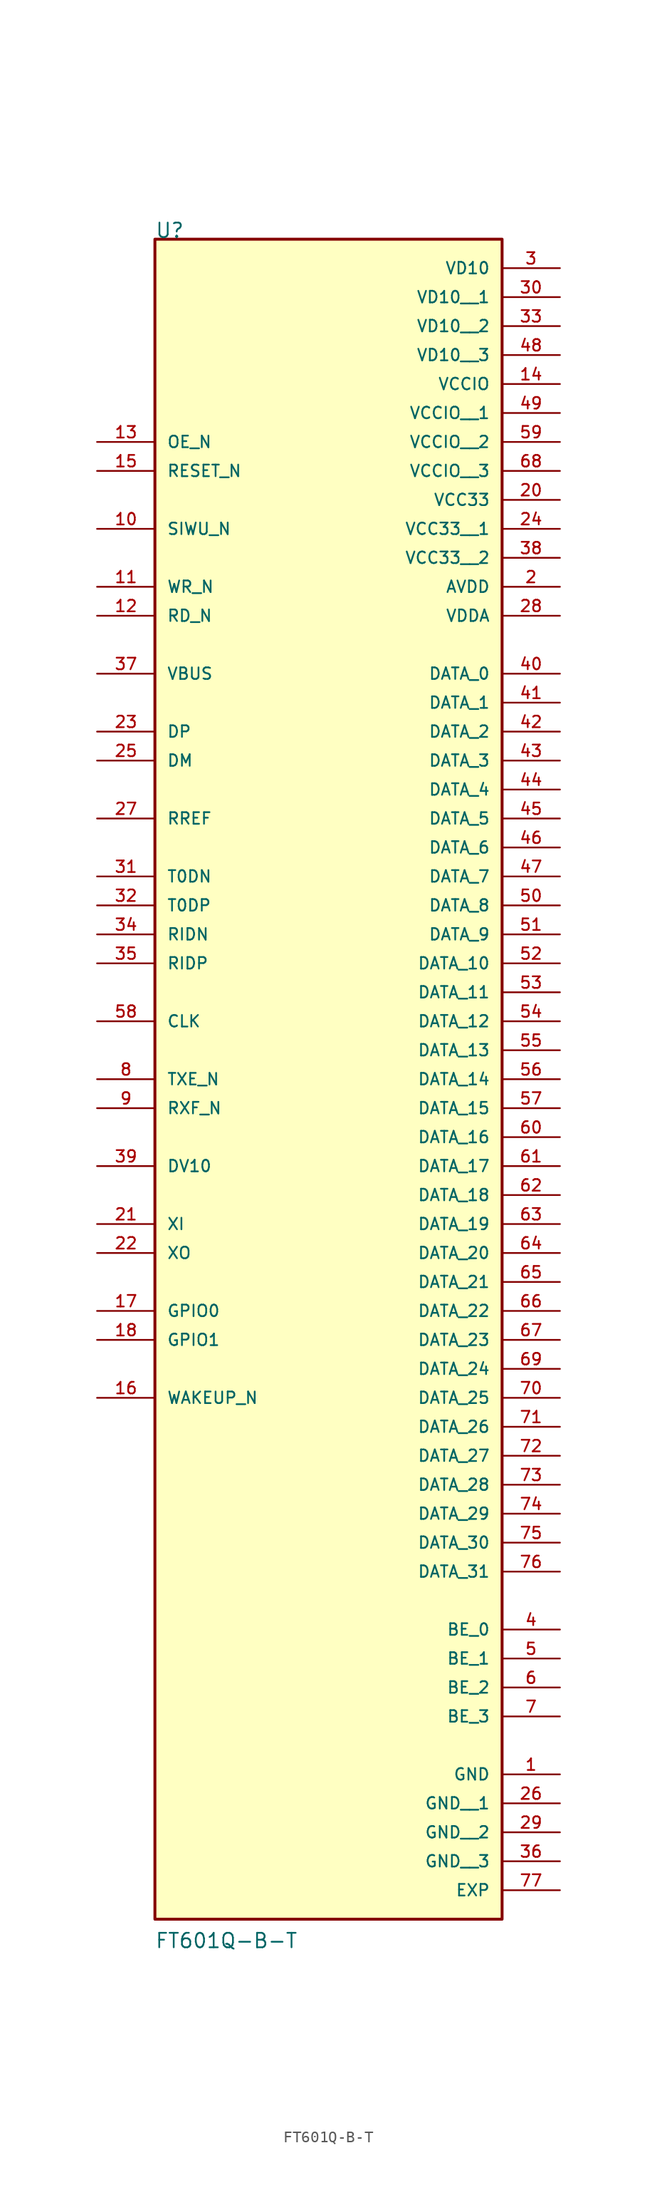
<source format=kicad_sym>
(kicad_symbol_lib
  (version 20220914)
  (generator kicad_symbol_editor)
  (symbol "FT601Q-B-T"
    (pin_names
      (offset 1.016))
    (property "Reference" "U"
      (at -15.246 60.983 0)
      (effects (font (size 1.27 1.27)) (justify left bottom)))
    (property "Value" "FT601Q-B-T"
      (at -15.262 -88.986 0)
      (effects (font (size 1.27 1.27)) (justify left bottom)))
    (symbol "FT601Q-B-T_0_0"
      (rectangle (start -15.24 -86.36) (end 15.24 60.96) (stroke (width 0.254) (type default)) (fill (type background)))
      (pin power_in line (at 20.32 -73.66 180) (length 5.08) (name "GND" (effects (font (size 1.016 1.016)))) (number "1" (effects (font (size 1.016 1.016)))))
      (pin input line (at -20.32 35.56 0) (length 5.08) (name "SIWU_N" (effects (font (size 1.016 1.016)))) (number "10" (effects (font (size 1.016 1.016)))))
      (pin input line (at -20.32 30.48 0) (length 5.08) (name "WR_N" (effects (font (size 1.016 1.016)))) (number "11" (effects (font (size 1.016 1.016)))))
      (pin input line (at -20.32 27.94 0) (length 5.08) (name "RD_N" (effects (font (size 1.016 1.016)))) (number "12" (effects (font (size 1.016 1.016)))))
      (pin input line (at -20.32 43.18 0) (length 5.08) (name "OE_N" (effects (font (size 1.016 1.016)))) (number "13" (effects (font (size 1.016 1.016)))))
      (pin power_in line (at 20.32 48.26 180) (length 5.08) (name "VCCIO" (effects (font (size 1.016 1.016)))) (number "14" (effects (font (size 1.016 1.016)))))
      (pin input line (at -20.32 40.64 0) (length 5.08) (name "RESET_N" (effects (font (size 1.016 1.016)))) (number "15" (effects (font (size 1.016 1.016)))))
      (pin bidirectional line (at -20.32 -40.64 0) (length 5.08) (name "WAKEUP_N" (effects (font (size 1.016 1.016)))) (number "16" (effects (font (size 1.016 1.016)))))
      (pin bidirectional line (at -20.32 -33.02 0) (length 5.08) (name "GPIO0" (effects (font (size 1.016 1.016)))) (number "17" (effects (font (size 1.016 1.016)))))
      (pin bidirectional line (at -20.32 -35.56 0) (length 5.08) (name "GPIO1" (effects (font (size 1.016 1.016)))) (number "18" (effects (font (size 1.016 1.016)))))
      (pin power_in line (at 20.32 30.48 180) (length 5.08) (name "AVDD" (effects (font (size 1.016 1.016)))) (number "2" (effects (font (size 1.016 1.016)))))
      (pin power_in line (at 20.32 38.1 180) (length 5.08) (name "VCC33" (effects (font (size 1.016 1.016)))) (number "20" (effects (font (size 1.016 1.016)))))
      (pin input line (at -20.32 -25.4 0) (length 5.08) (name "XI" (effects (font (size 1.016 1.016)))) (number "21" (effects (font (size 1.016 1.016)))))
      (pin output line (at -20.32 -27.94 0) (length 5.08) (name "XO" (effects (font (size 1.016 1.016)))) (number "22" (effects (font (size 1.016 1.016)))))
      (pin bidirectional line (at -20.32 17.78 0) (length 5.08) (name "DP" (effects (font (size 1.016 1.016)))) (number "23" (effects (font (size 1.016 1.016)))))
      (pin power_in line (at 20.32 35.56 180) (length 5.08) (name "VCC33__1" (effects (font (size 1.016 1.016)))) (number "24" (effects (font (size 1.016 1.016)))))
      (pin bidirectional line (at -20.32 15.24 0) (length 5.08) (name "DM" (effects (font (size 1.016 1.016)))) (number "25" (effects (font (size 1.016 1.016)))))
      (pin power_in line (at 20.32 -76.2 180) (length 5.08) (name "GND__1" (effects (font (size 1.016 1.016)))) (number "26" (effects (font (size 1.016 1.016)))))
      (pin input line (at -20.32 10.16 0) (length 5.08) (name "RREF" (effects (font (size 1.016 1.016)))) (number "27" (effects (font (size 1.016 1.016)))))
      (pin power_in line (at 20.32 27.94 180) (length 5.08) (name "VDDA" (effects (font (size 1.016 1.016)))) (number "28" (effects (font (size 1.016 1.016)))))
      (pin power_in line (at 20.32 -78.74 180) (length 5.08) (name "GND__2" (effects (font (size 1.016 1.016)))) (number "29" (effects (font (size 1.016 1.016)))))
      (pin power_in line (at 20.32 58.42 180) (length 5.08) (name "VD10" (effects (font (size 1.016 1.016)))) (number "3" (effects (font (size 1.016 1.016)))))
      (pin power_in line (at 20.32 55.88 180) (length 5.08) (name "VD10__1" (effects (font (size 1.016 1.016)))) (number "30" (effects (font (size 1.016 1.016)))))
      (pin output line (at -20.32 5.08 0) (length 5.08) (name "T0DN" (effects (font (size 1.016 1.016)))) (number "31" (effects (font (size 1.016 1.016)))))
      (pin output line (at -20.32 2.54 0) (length 5.08) (name "T0DP" (effects (font (size 1.016 1.016)))) (number "32" (effects (font (size 1.016 1.016)))))
      (pin power_in line (at 20.32 53.34 180) (length 5.08) (name "VD10__2" (effects (font (size 1.016 1.016)))) (number "33" (effects (font (size 1.016 1.016)))))
      (pin input line (at -20.32 0 0) (length 5.08) (name "RIDN" (effects (font (size 1.016 1.016)))) (number "34" (effects (font (size 1.016 1.016)))))
      (pin input line (at -20.32 -2.54 0) (length 5.08) (name "RIDP" (effects (font (size 1.016 1.016)))) (number "35" (effects (font (size 1.016 1.016)))))
      (pin power_in line (at 20.32 -81.28 180) (length 5.08) (name "GND__3" (effects (font (size 1.016 1.016)))) (number "36" (effects (font (size 1.016 1.016)))))
      (pin input line (at -20.32 22.86 0) (length 5.08) (name "VBUS" (effects (font (size 1.016 1.016)))) (number "37" (effects (font (size 1.016 1.016)))))
      (pin power_in line (at 20.32 33.02 180) (length 5.08) (name "VCC33__2" (effects (font (size 1.016 1.016)))) (number "38" (effects (font (size 1.016 1.016)))))
      (pin output line (at -20.32 -20.32 0) (length 5.08) (name "DV10" (effects (font (size 1.016 1.016)))) (number "39" (effects (font (size 1.016 1.016)))))
      (pin bidirectional line (at 20.32 -60.96 180) (length 5.08) (name "BE_0" (effects (font (size 1.016 1.016)))) (number "4" (effects (font (size 1.016 1.016)))))
      (pin bidirectional line (at 20.32 22.86 180) (length 5.08) (name "DATA_0" (effects (font (size 1.016 1.016)))) (number "40" (effects (font (size 1.016 1.016)))))
      (pin bidirectional line (at 20.32 20.32 180) (length 5.08) (name "DATA_1" (effects (font (size 1.016 1.016)))) (number "41" (effects (font (size 1.016 1.016)))))
      (pin bidirectional line (at 20.32 17.78 180) (length 5.08) (name "DATA_2" (effects (font (size 1.016 1.016)))) (number "42" (effects (font (size 1.016 1.016)))))
      (pin bidirectional line (at 20.32 15.24 180) (length 5.08) (name "DATA_3" (effects (font (size 1.016 1.016)))) (number "43" (effects (font (size 1.016 1.016)))))
      (pin bidirectional line (at 20.32 12.7 180) (length 5.08) (name "DATA_4" (effects (font (size 1.016 1.016)))) (number "44" (effects (font (size 1.016 1.016)))))
      (pin bidirectional line (at 20.32 10.16 180) (length 5.08) (name "DATA_5" (effects (font (size 1.016 1.016)))) (number "45" (effects (font (size 1.016 1.016)))))
      (pin bidirectional line (at 20.32 7.62 180) (length 5.08) (name "DATA_6" (effects (font (size 1.016 1.016)))) (number "46" (effects (font (size 1.016 1.016)))))
      (pin bidirectional line (at 20.32 5.08 180) (length 5.08) (name "DATA_7" (effects (font (size 1.016 1.016)))) (number "47" (effects (font (size 1.016 1.016)))))
      (pin power_in line (at 20.32 50.8 180) (length 5.08) (name "VD10__3" (effects (font (size 1.016 1.016)))) (number "48" (effects (font (size 1.016 1.016)))))
      (pin power_in line (at 20.32 45.72 180) (length 5.08) (name "VCCIO__1" (effects (font (size 1.016 1.016)))) (number "49" (effects (font (size 1.016 1.016)))))
      (pin bidirectional line (at 20.32 -63.5 180) (length 5.08) (name "BE_1" (effects (font (size 1.016 1.016)))) (number "5" (effects (font (size 1.016 1.016)))))
      (pin bidirectional line (at 20.32 2.54 180) (length 5.08) (name "DATA_8" (effects (font (size 1.016 1.016)))) (number "50" (effects (font (size 1.016 1.016)))))
      (pin bidirectional line (at 20.32 0 180) (length 5.08) (name "DATA_9" (effects (font (size 1.016 1.016)))) (number "51" (effects (font (size 1.016 1.016)))))
      (pin bidirectional line (at 20.32 -2.54 180) (length 5.08) (name "DATA_10" (effects (font (size 1.016 1.016)))) (number "52" (effects (font (size 1.016 1.016)))))
      (pin bidirectional line (at 20.32 -5.08 180) (length 5.08) (name "DATA_11" (effects (font (size 1.016 1.016)))) (number "53" (effects (font (size 1.016 1.016)))))
      (pin bidirectional line (at 20.32 -7.62 180) (length 5.08) (name "DATA_12" (effects (font (size 1.016 1.016)))) (number "54" (effects (font (size 1.016 1.016)))))
      (pin bidirectional line (at 20.32 -10.16 180) (length 5.08) (name "DATA_13" (effects (font (size 1.016 1.016)))) (number "55" (effects (font (size 1.016 1.016)))))
      (pin bidirectional line (at 20.32 -12.7 180) (length 5.08) (name "DATA_14" (effects (font (size 1.016 1.016)))) (number "56" (effects (font (size 1.016 1.016)))))
      (pin bidirectional line (at 20.32 -15.24 180) (length 5.08) (name "DATA_15" (effects (font (size 1.016 1.016)))) (number "57" (effects (font (size 1.016 1.016)))))
      (pin output line (at -20.32 -7.62 0) (length 5.08) (name "CLK" (effects (font (size 1.016 1.016)))) (number "58" (effects (font (size 1.016 1.016)))))
      (pin power_in line (at 20.32 43.18 180) (length 5.08) (name "VCCIO__2" (effects (font (size 1.016 1.016)))) (number "59" (effects (font (size 1.016 1.016)))))
      (pin bidirectional line (at 20.32 -66.04 180) (length 5.08) (name "BE_2" (effects (font (size 1.016 1.016)))) (number "6" (effects (font (size 1.016 1.016)))))
      (pin bidirectional line (at 20.32 -17.78 180) (length 5.08) (name "DATA_16" (effects (font (size 1.016 1.016)))) (number "60" (effects (font (size 1.016 1.016)))))
      (pin bidirectional line (at 20.32 -20.32 180) (length 5.08) (name "DATA_17" (effects (font (size 1.016 1.016)))) (number "61" (effects (font (size 1.016 1.016)))))
      (pin bidirectional line (at 20.32 -22.86 180) (length 5.08) (name "DATA_18" (effects (font (size 1.016 1.016)))) (number "62" (effects (font (size 1.016 1.016)))))
      (pin bidirectional line (at 20.32 -25.4 180) (length 5.08) (name "DATA_19" (effects (font (size 1.016 1.016)))) (number "63" (effects (font (size 1.016 1.016)))))
      (pin bidirectional line (at 20.32 -27.94 180) (length 5.08) (name "DATA_20" (effects (font (size 1.016 1.016)))) (number "64" (effects (font (size 1.016 1.016)))))
      (pin bidirectional line (at 20.32 -30.48 180) (length 5.08) (name "DATA_21" (effects (font (size 1.016 1.016)))) (number "65" (effects (font (size 1.016 1.016)))))
      (pin bidirectional line (at 20.32 -33.02 180) (length 5.08) (name "DATA_22" (effects (font (size 1.016 1.016)))) (number "66" (effects (font (size 1.016 1.016)))))
      (pin bidirectional line (at 20.32 -35.56 180) (length 5.08) (name "DATA_23" (effects (font (size 1.016 1.016)))) (number "67" (effects (font (size 1.016 1.016)))))
      (pin power_in line (at 20.32 40.64 180) (length 5.08) (name "VCCIO__3" (effects (font (size 1.016 1.016)))) (number "68" (effects (font (size 1.016 1.016)))))
      (pin bidirectional line (at 20.32 -38.1 180) (length 5.08) (name "DATA_24" (effects (font (size 1.016 1.016)))) (number "69" (effects (font (size 1.016 1.016)))))
      (pin bidirectional line (at 20.32 -68.58 180) (length 5.08) (name "BE_3" (effects (font (size 1.016 1.016)))) (number "7" (effects (font (size 1.016 1.016)))))
      (pin bidirectional line (at 20.32 -40.64 180) (length 5.08) (name "DATA_25" (effects (font (size 1.016 1.016)))) (number "70" (effects (font (size 1.016 1.016)))))
      (pin bidirectional line (at 20.32 -43.18 180) (length 5.08) (name "DATA_26" (effects (font (size 1.016 1.016)))) (number "71" (effects (font (size 1.016 1.016)))))
      (pin bidirectional line (at 20.32 -45.72 180) (length 5.08) (name "DATA_27" (effects (font (size 1.016 1.016)))) (number "72" (effects (font (size 1.016 1.016)))))
      (pin bidirectional line (at 20.32 -48.26 180) (length 5.08) (name "DATA_28" (effects (font (size 1.016 1.016)))) (number "73" (effects (font (size 1.016 1.016)))))
      (pin bidirectional line (at 20.32 -50.8 180) (length 5.08) (name "DATA_29" (effects (font (size 1.016 1.016)))) (number "74" (effects (font (size 1.016 1.016)))))
      (pin bidirectional line (at 20.32 -53.34 180) (length 5.08) (name "DATA_30" (effects (font (size 1.016 1.016)))) (number "75" (effects (font (size 1.016 1.016)))))
      (pin bidirectional line (at 20.32 -55.88 180) (length 5.08) (name "DATA_31" (effects (font (size 1.016 1.016)))) (number "76" (effects (font (size 1.016 1.016)))))
      (pin power_in line (at 20.32 -83.82 180) (length 5.08) (name "EXP" (effects (font (size 1.016 1.016)))) (number "77" (effects (font (size 1.016 1.016)))))
      (pin output line (at -20.32 -12.7 0) (length 5.08) (name "TXE_N" (effects (font (size 1.016 1.016)))) (number "8" (effects (font (size 1.016 1.016)))))
      (pin output line (at -20.32 -15.24 0) (length 5.08) (name "RXF_N" (effects (font (size 1.016 1.016)))) (number "9" (effects (font (size 1.016 1.016))))))))
</source>
